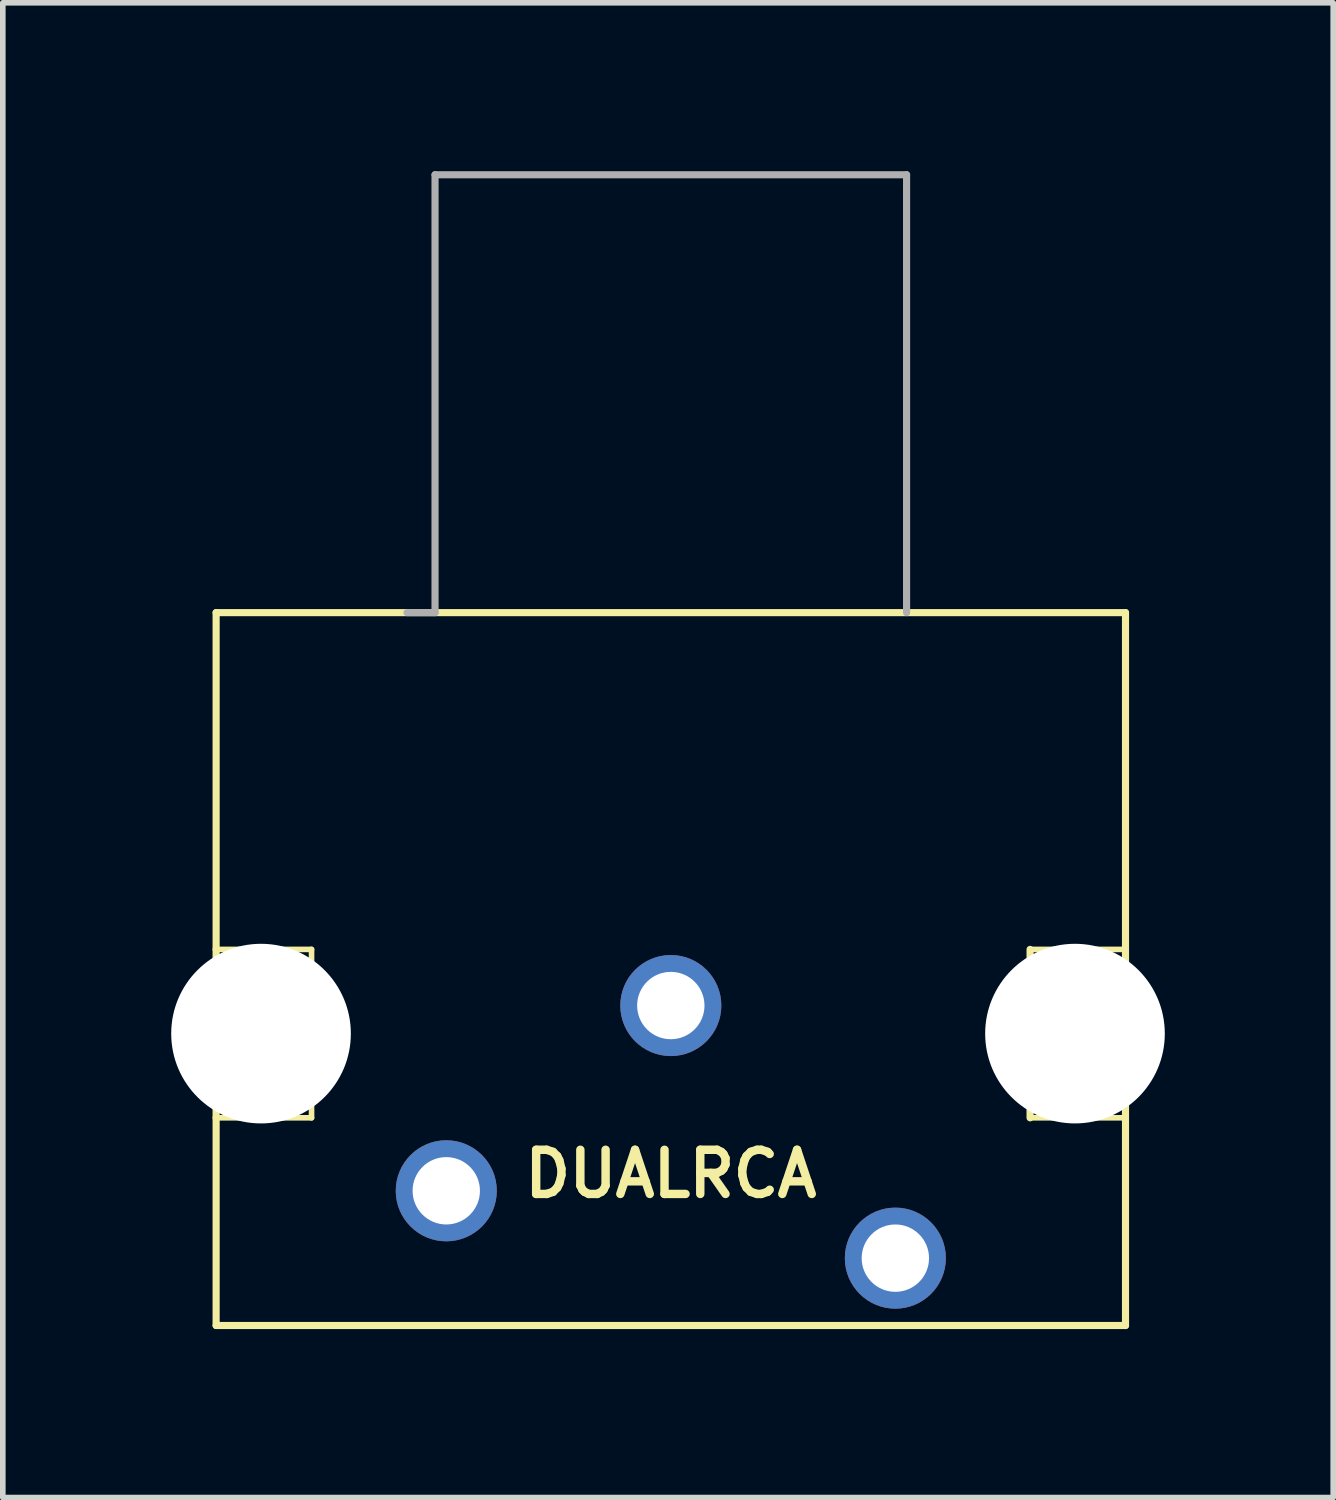
<source format=kicad_pcb>
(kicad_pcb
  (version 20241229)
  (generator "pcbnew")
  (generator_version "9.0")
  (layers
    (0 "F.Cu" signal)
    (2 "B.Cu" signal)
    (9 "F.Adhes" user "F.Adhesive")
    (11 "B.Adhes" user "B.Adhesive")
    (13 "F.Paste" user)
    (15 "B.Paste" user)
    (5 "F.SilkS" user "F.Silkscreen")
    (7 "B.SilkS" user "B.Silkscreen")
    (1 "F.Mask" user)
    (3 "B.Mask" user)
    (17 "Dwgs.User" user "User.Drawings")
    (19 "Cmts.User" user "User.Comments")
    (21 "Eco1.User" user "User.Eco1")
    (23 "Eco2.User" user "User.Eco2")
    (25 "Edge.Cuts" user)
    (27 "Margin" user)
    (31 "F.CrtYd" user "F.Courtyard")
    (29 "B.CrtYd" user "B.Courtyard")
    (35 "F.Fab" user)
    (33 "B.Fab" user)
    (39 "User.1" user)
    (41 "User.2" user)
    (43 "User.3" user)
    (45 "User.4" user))
  (footprint "DUALRCA"
    (layer "F.Cu")
    (at 8.9 17.863)
    (property "Reference" "DUALRCA" (at 0 0 0) (layer "F.SilkS") (effects (font (size 0.787 0.787) (thickness 0.15))))
    (attr through_hole)
    (fp_line (start -8.1 -10) (end -8.1 -4) (stroke (width 0.127) (type solid)) (layer "F.SilkS"))
    (fp_line (start -8.1 -4) (end -8.1 -1) (stroke (width 0.127) (type solid)) (layer "F.SilkS"))
    (fp_line (start -8.1 -1) (end -8.1 2.7) (stroke (width 0.127) (type solid)) (layer "F.SilkS"))
    (fp_line (start -8.1 -1) (end -6.4 -1) (stroke (width 0.1) (type solid)) (layer "F.SilkS"))
    (fp_line (start -8.1 2.7) (end 8.1 2.7) (stroke (width 0.127) (type solid)) (layer "F.SilkS"))
    (fp_line (start -6.4 -4) (end -8.1 -4) (stroke (width 0.1) (type solid)) (layer "F.SilkS"))
    (fp_line (start -6.4 -1) (end -6.4 -4) (stroke (width 0.1) (type solid)) (layer "F.SilkS"))
    (fp_line (start 6.4 -4) (end 6.4 -1) (stroke (width 0.127) (type solid)) (layer "F.SilkS"))
    (fp_line (start 6.4 -1) (end 8.1 -1) (stroke (width 0.1) (type solid)) (layer "F.SilkS"))
    (fp_line (start 8.1 -10) (end -8.1 -10) (stroke (width 0.127) (type solid)) (layer "F.SilkS"))
    (fp_line (start 8.1 -4) (end 6.4 -4) (stroke (width 0.1) (type solid)) (layer "F.SilkS"))
    (fp_line (start 8.1 -1) (end 8.1 -4) (stroke (width 0.1) (type solid)) (layer "F.SilkS"))
    (fp_line (start 8.1 2.7) (end 8.1 -10) (stroke (width 0.127) (type solid)) (layer "F.SilkS"))
    (fp_line (start -4.7 -10) (end -4.2 -10) (stroke (width 0.127) (type solid)) (layer "F.Fab"))
    (fp_line (start -4.2 -17.8) (end 4.2 -17.8) (stroke (width 0.127) (type solid)) (layer "F.Fab"))
    (fp_line (start -4.2 -10) (end -4.2 -17.8) (stroke (width 0.127) (type solid)) (layer "F.Fab"))
    (fp_line (start 4.2 -17.8) (end 4.2 -10) (stroke (width 0.127) (type solid)) (layer "F.Fab"))
    (pad "" np_thru_hole circle (at -7.3 -2.5) (size 3.2 3.2) (drill 3.2) (layers "*.Cu" "*.Mask"))
    (pad "" np_thru_hole circle (at 7.2 -2.5) (size 3.2 3.2) (drill 3.2) (layers "*.Cu" "*.Mask"))
    (pad "P$1" thru_hole circle (at 0 -3) (size 1.8 1.8) (drill 1.2) (layers "*.Cu" "*.Mask"))
    (pad "P$2" thru_hole circle (at -4 0.3) (size 1.8 1.8) (drill 1.2) (layers "*.Cu" "*.Mask"))
    (pad "P$3" thru_hole circle (at 4 1.5) (size 1.8 1.8) (drill 1.2) (layers "*.Cu" "*.Mask")))
  (gr_rect
    (start -3 -3)
    (end 20.7 23.627)
    (stroke (width 0.1) (type default))
    (fill no)
    (layer "Edge.Cuts")))
</source>
